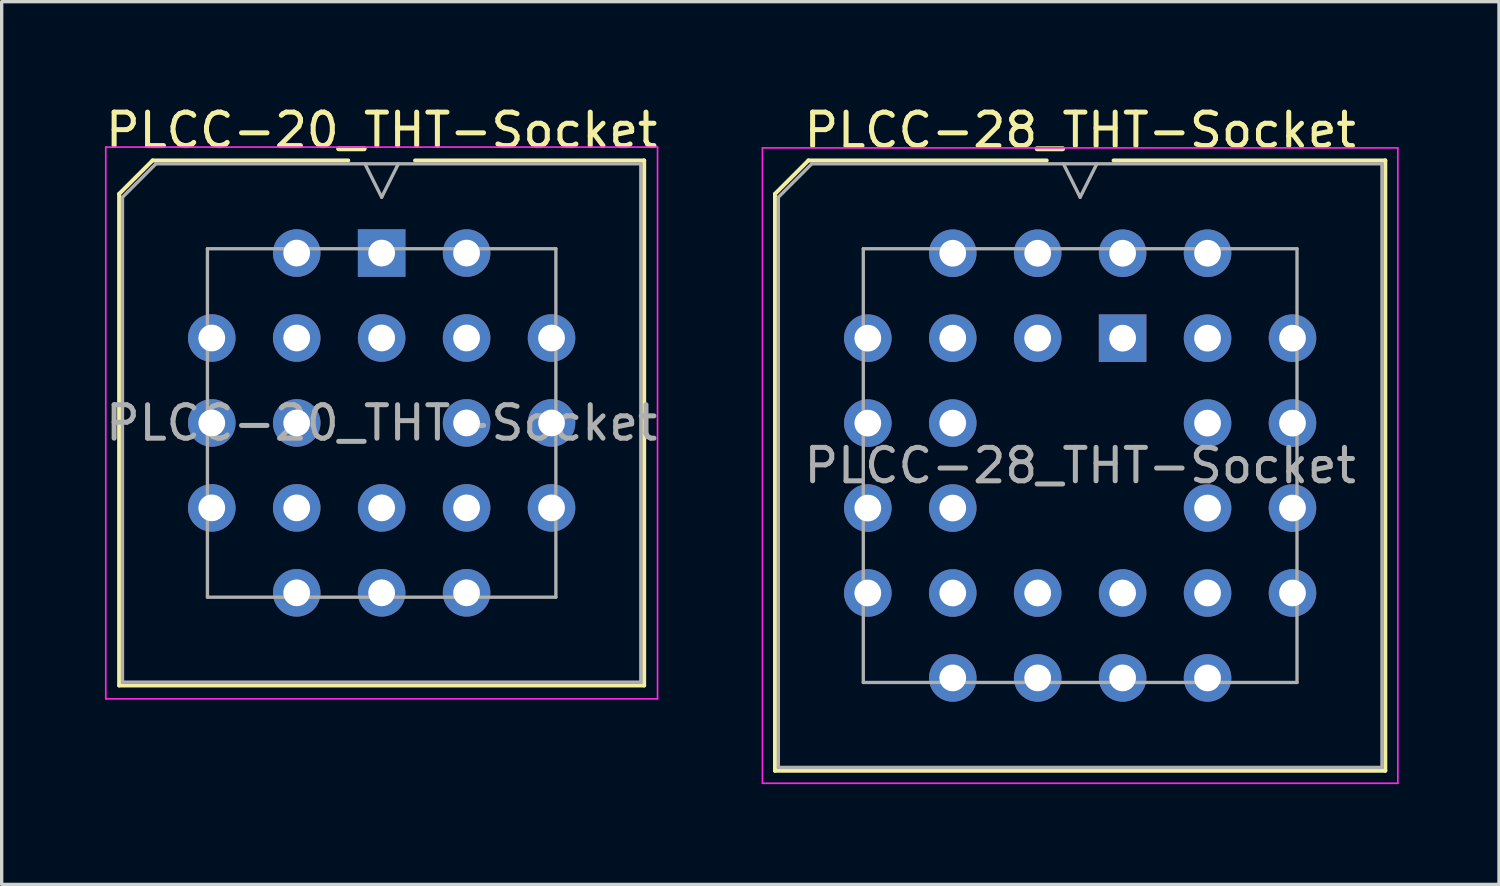
<source format=kicad_pcb>
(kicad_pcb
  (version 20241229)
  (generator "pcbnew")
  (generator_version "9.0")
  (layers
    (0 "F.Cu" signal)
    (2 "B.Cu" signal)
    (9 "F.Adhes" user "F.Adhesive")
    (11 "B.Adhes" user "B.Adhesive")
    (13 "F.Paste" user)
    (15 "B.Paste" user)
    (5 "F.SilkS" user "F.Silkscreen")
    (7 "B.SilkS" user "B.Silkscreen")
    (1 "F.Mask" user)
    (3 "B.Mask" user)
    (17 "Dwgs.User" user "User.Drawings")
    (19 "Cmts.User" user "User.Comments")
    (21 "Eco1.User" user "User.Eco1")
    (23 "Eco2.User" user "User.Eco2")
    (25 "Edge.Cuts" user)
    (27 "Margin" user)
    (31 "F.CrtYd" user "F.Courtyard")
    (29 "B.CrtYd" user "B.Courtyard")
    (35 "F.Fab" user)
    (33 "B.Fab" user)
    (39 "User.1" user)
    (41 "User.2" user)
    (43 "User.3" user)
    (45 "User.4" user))
  (footprint "PLCC-28_THT-Socket"
    (layer "F.Cu")
    (at 30.521 7.063)
    (property "Reference" "PLCC-28_THT-Socket" (at -1.27 -6.215 0) (layer "F.SilkS") (effects (font (size 1 1) (thickness 0.15))))
    (attr through_hole)
    (fp_line (start -10.395 -4.315) (end -10.395 12.935) (stroke (width 0.12) (type solid)) (layer "F.SilkS"))
    (fp_line (start -10.395 12.935) (end 7.855 12.935) (stroke (width 0.12) (type solid)) (layer "F.SilkS"))
    (fp_line (start -9.395 -5.315) (end -10.395 -4.315) (stroke (width 0.12) (type solid)) (layer "F.SilkS"))
    (fp_line (start -2.27 -5.315) (end -9.395 -5.315) (stroke (width 0.12) (type solid)) (layer "F.SilkS"))
    (fp_line (start 7.855 -5.315) (end -0.27 -5.315) (stroke (width 0.12) (type solid)) (layer "F.SilkS"))
    (fp_line (start 7.855 12.935) (end 7.855 -5.315) (stroke (width 0.12) (type solid)) (layer "F.SilkS"))
    (fp_line (start -10.77 -5.69) (end -10.77 13.31) (stroke (width 0.05) (type solid)) (layer "F.CrtYd"))
    (fp_line (start -10.77 13.31) (end 8.23 13.31) (stroke (width 0.05) (type solid)) (layer "F.CrtYd"))
    (fp_line (start 8.23 -5.69) (end -10.77 -5.69) (stroke (width 0.05) (type solid)) (layer "F.CrtYd"))
    (fp_line (start 8.23 13.31) (end 8.23 -5.69) (stroke (width 0.05) (type solid)) (layer "F.CrtYd"))
    (fp_line (start -10.295 -4.215) (end -10.295 12.835) (stroke (width 0.1) (type solid)) (layer "F.Fab"))
    (fp_line (start -10.295 12.835) (end 7.755 12.835) (stroke (width 0.1) (type solid)) (layer "F.Fab"))
    (fp_line (start -9.295 -5.215) (end -10.295 -4.215) (stroke (width 0.1) (type solid)) (layer "F.Fab"))
    (fp_line (start -7.755 -2.675) (end -7.755 10.295) (stroke (width 0.1) (type solid)) (layer "F.Fab"))
    (fp_line (start -7.755 10.295) (end 5.215 10.295) (stroke (width 0.1) (type solid)) (layer "F.Fab"))
    (fp_line (start -1.77 -5.215) (end -1.27 -4.215) (stroke (width 0.1) (type solid)) (layer "F.Fab"))
    (fp_line (start -1.27 -4.215) (end -0.77 -5.215) (stroke (width 0.1) (type solid)) (layer "F.Fab"))
    (fp_line (start 5.215 -2.675) (end -7.755 -2.675) (stroke (width 0.1) (type solid)) (layer "F.Fab"))
    (fp_line (start 5.215 10.295) (end 5.215 -2.675) (stroke (width 0.1) (type solid)) (layer "F.Fab"))
    (fp_line (start 7.755 -5.215) (end -9.295 -5.215) (stroke (width 0.1) (type solid)) (layer "F.Fab"))
    (fp_line (start 7.755 12.835) (end 7.755 -5.215) (stroke (width 0.1) (type solid)) (layer "F.Fab"))
    (fp_text user "${REFERENCE}" (at -1.27 3.81 0) (layer "F.Fab") (effects (font (size 1 1) (thickness 0.15))))
    (pad "1" thru_hole rect (at 0 0) (size 1.422 1.422) (drill 0.8) (layers "*.Cu" "*.Mask"))
    (pad "2" thru_hole circle (at -2.54 -2.54) (size 1.422 1.422) (drill 0.8) (layers "*.Cu" "*.Mask"))
    (pad "3" thru_hole circle (at -2.54 0) (size 1.422 1.422) (drill 0.8) (layers "*.Cu" "*.Mask"))
    (pad "4" thru_hole circle (at -5.08 -2.54) (size 1.422 1.422) (drill 0.8) (layers "*.Cu" "*.Mask"))
    (pad "5" thru_hole circle (at -7.62 0) (size 1.422 1.422) (drill 0.8) (layers "*.Cu" "*.Mask"))
    (pad "6" thru_hole circle (at -5.08 0) (size 1.422 1.422) (drill 0.8) (layers "*.Cu" "*.Mask"))
    (pad "7" thru_hole circle (at -7.62 2.54) (size 1.422 1.422) (drill 0.8) (layers "*.Cu" "*.Mask"))
    (pad "8" thru_hole circle (at -5.08 2.54) (size 1.422 1.422) (drill 0.8) (layers "*.Cu" "*.Mask"))
    (pad "9" thru_hole circle (at -7.62 5.08) (size 1.422 1.422) (drill 0.8) (layers "*.Cu" "*.Mask"))
    (pad "10" thru_hole circle (at -5.08 5.08) (size 1.422 1.422) (drill 0.8) (layers "*.Cu" "*.Mask"))
    (pad "11" thru_hole circle (at -7.62 7.62) (size 1.422 1.422) (drill 0.8) (layers "*.Cu" "*.Mask"))
    (pad "12" thru_hole circle (at -5.08 10.16) (size 1.422 1.422) (drill 0.8) (layers "*.Cu" "*.Mask"))
    (pad "13" thru_hole circle (at -5.08 7.62) (size 1.422 1.422) (drill 0.8) (layers "*.Cu" "*.Mask"))
    (pad "14" thru_hole circle (at -2.54 10.16) (size 1.422 1.422) (drill 0.8) (layers "*.Cu" "*.Mask"))
    (pad "15" thru_hole circle (at -2.54 7.62) (size 1.422 1.422) (drill 0.8) (layers "*.Cu" "*.Mask"))
    (pad "16" thru_hole circle (at 0 10.16) (size 1.422 1.422) (drill 0.8) (layers "*.Cu" "*.Mask"))
    (pad "17" thru_hole circle (at 0 7.62) (size 1.422 1.422) (drill 0.8) (layers "*.Cu" "*.Mask"))
    (pad "18" thru_hole circle (at 2.54 10.16) (size 1.422 1.422) (drill 0.8) (layers "*.Cu" "*.Mask"))
    (pad "19" thru_hole circle (at 5.08 7.62) (size 1.422 1.422) (drill 0.8) (layers "*.Cu" "*.Mask"))
    (pad "20" thru_hole circle (at 2.54 7.62) (size 1.422 1.422) (drill 0.8) (layers "*.Cu" "*.Mask"))
    (pad "21" thru_hole circle (at 5.08 5.08) (size 1.422 1.422) (drill 0.8) (layers "*.Cu" "*.Mask"))
    (pad "22" thru_hole circle (at 2.54 5.08) (size 1.422 1.422) (drill 0.8) (layers "*.Cu" "*.Mask"))
    (pad "23" thru_hole circle (at 5.08 2.54) (size 1.422 1.422) (drill 0.8) (layers "*.Cu" "*.Mask"))
    (pad "24" thru_hole circle (at 2.54 2.54) (size 1.422 1.422) (drill 0.8) (layers "*.Cu" "*.Mask"))
    (pad "25" thru_hole circle (at 5.08 0) (size 1.422 1.422) (drill 0.8) (layers "*.Cu" "*.Mask"))
    (pad "26" thru_hole circle (at 2.54 -2.54) (size 1.422 1.422) (drill 0.8) (layers "*.Cu" "*.Mask"))
    (pad "27" thru_hole circle (at 2.54 0) (size 1.422 1.422) (drill 0.8) (layers "*.Cu" "*.Mask"))
    (pad "28" thru_hole circle (at 0 -2.54) (size 1.422 1.422) (drill 0.8) (layers "*.Cu" "*.Mask")))
  (footprint "PLCC-20_THT-Socket"
    (layer "F.Cu")
    (at 8.363 4.518)
    (property "Reference" "PLCC-20_THT-Socket" (at 0 -3.67 0) (layer "F.SilkS") (effects (font (size 1 1) (thickness 0.15))))
    (attr through_hole)
    (fp_line (start -7.85 -1.77) (end -7.85 12.93) (stroke (width 0.12) (type solid)) (layer "F.SilkS"))
    (fp_line (start -7.85 12.93) (end 7.85 12.93) (stroke (width 0.12) (type solid)) (layer "F.SilkS"))
    (fp_line (start -6.85 -2.77) (end -7.85 -1.77) (stroke (width 0.12) (type solid)) (layer "F.SilkS"))
    (fp_line (start -1 -2.77) (end -6.85 -2.77) (stroke (width 0.12) (type solid)) (layer "F.SilkS"))
    (fp_line (start 7.85 -2.77) (end 1 -2.77) (stroke (width 0.12) (type solid)) (layer "F.SilkS"))
    (fp_line (start 7.85 12.93) (end 7.85 -2.77) (stroke (width 0.12) (type solid)) (layer "F.SilkS"))
    (fp_line (start -8.25 -3.17) (end -8.25 13.33) (stroke (width 0.05) (type solid)) (layer "F.CrtYd"))
    (fp_line (start -8.25 13.33) (end 8.25 13.33) (stroke (width 0.05) (type solid)) (layer "F.CrtYd"))
    (fp_line (start 8.25 -3.17) (end -8.25 -3.17) (stroke (width 0.05) (type solid)) (layer "F.CrtYd"))
    (fp_line (start 8.25 13.33) (end 8.25 -3.17) (stroke (width 0.05) (type solid)) (layer "F.CrtYd"))
    (fp_line (start -7.75 -1.67) (end -7.75 12.83) (stroke (width 0.1) (type solid)) (layer "F.Fab"))
    (fp_line (start -7.75 12.83) (end 7.75 12.83) (stroke (width 0.1) (type solid)) (layer "F.Fab"))
    (fp_line (start -6.75 -2.67) (end -7.75 -1.67) (stroke (width 0.1) (type solid)) (layer "F.Fab"))
    (fp_line (start -5.21 -0.13) (end -5.21 10.29) (stroke (width 0.1) (type solid)) (layer "F.Fab"))
    (fp_line (start -5.21 10.29) (end 5.21 10.29) (stroke (width 0.1) (type solid)) (layer "F.Fab"))
    (fp_line (start -0.5 -2.67) (end 0 -1.67) (stroke (width 0.1) (type solid)) (layer "F.Fab"))
    (fp_line (start 0 -1.67) (end 0.5 -2.67) (stroke (width 0.1) (type solid)) (layer "F.Fab"))
    (fp_line (start 5.21 -0.13) (end -5.21 -0.13) (stroke (width 0.1) (type solid)) (layer "F.Fab"))
    (fp_line (start 5.21 10.29) (end 5.21 -0.13) (stroke (width 0.1) (type solid)) (layer "F.Fab"))
    (fp_line (start 7.75 -2.67) (end -6.75 -2.67) (stroke (width 0.1) (type solid)) (layer "F.Fab"))
    (fp_line (start 7.75 12.83) (end 7.75 -2.67) (stroke (width 0.1) (type solid)) (layer "F.Fab"))
    (fp_text user "${REFERENCE}" (at 0 5.08 0) (layer "F.Fab") (effects (font (size 1 1) (thickness 0.15))))
    (pad "1" thru_hole rect (at 0 0) (size 1.422 1.422) (drill 0.8) (layers "*.Cu" "*.Mask"))
    (pad "2" thru_hole circle (at 0 2.54) (size 1.422 1.422) (drill 0.8) (layers "*.Cu" "*.Mask"))
    (pad "3" thru_hole circle (at -2.54 0) (size 1.422 1.422) (drill 0.8) (layers "*.Cu" "*.Mask"))
    (pad "4" thru_hole circle (at -5.08 2.54) (size 1.422 1.422) (drill 0.8) (layers "*.Cu" "*.Mask"))
    (pad "5" thru_hole circle (at -2.54 2.54) (size 1.422 1.422) (drill 0.8) (layers "*.Cu" "*.Mask"))
    (pad "6" thru_hole circle (at -5.08 5.08) (size 1.422 1.422) (drill 0.8) (layers "*.Cu" "*.Mask"))
    (pad "7" thru_hole circle (at -2.54 5.08) (size 1.422 1.422) (drill 0.8) (layers "*.Cu" "*.Mask"))
    (pad "8" thru_hole circle (at -5.08 7.62) (size 1.422 1.422) (drill 0.8) (layers "*.Cu" "*.Mask"))
    (pad "9" thru_hole circle (at -2.54 10.16) (size 1.422 1.422) (drill 0.8) (layers "*.Cu" "*.Mask"))
    (pad "10" thru_hole circle (at -2.54 7.62) (size 1.422 1.422) (drill 0.8) (layers "*.Cu" "*.Mask"))
    (pad "11" thru_hole circle (at 0 10.16) (size 1.422 1.422) (drill 0.8) (layers "*.Cu" "*.Mask"))
    (pad "12" thru_hole circle (at 0 7.62) (size 1.422 1.422) (drill 0.8) (layers "*.Cu" "*.Mask"))
    (pad "13" thru_hole circle (at 2.54 10.16) (size 1.422 1.422) (drill 0.8) (layers "*.Cu" "*.Mask"))
    (pad "14" thru_hole circle (at 5.08 7.62) (size 1.422 1.422) (drill 0.8) (layers "*.Cu" "*.Mask"))
    (pad "15" thru_hole circle (at 2.54 7.62) (size 1.422 1.422) (drill 0.8) (layers "*.Cu" "*.Mask"))
    (pad "16" thru_hole circle (at 5.08 5.08) (size 1.422 1.422) (drill 0.8) (layers "*.Cu" "*.Mask"))
    (pad "17" thru_hole circle (at 2.54 5.08) (size 1.422 1.422) (drill 0.8) (layers "*.Cu" "*.Mask"))
    (pad "18" thru_hole circle (at 5.08 2.54) (size 1.422 1.422) (drill 0.8) (layers "*.Cu" "*.Mask"))
    (pad "19" thru_hole circle (at 2.54 0) (size 1.422 1.422) (drill 0.8) (layers "*.Cu" "*.Mask"))
    (pad "20" thru_hole circle (at 2.54 2.54) (size 1.422 1.422) (drill 0.8) (layers "*.Cu" "*.Mask")))
  (gr_rect
    (start -3 -3)
    (end 41.776 23.398)
    (stroke (width 0.1) (type default))
    (fill no)
    (layer "Edge.Cuts")))
</source>
